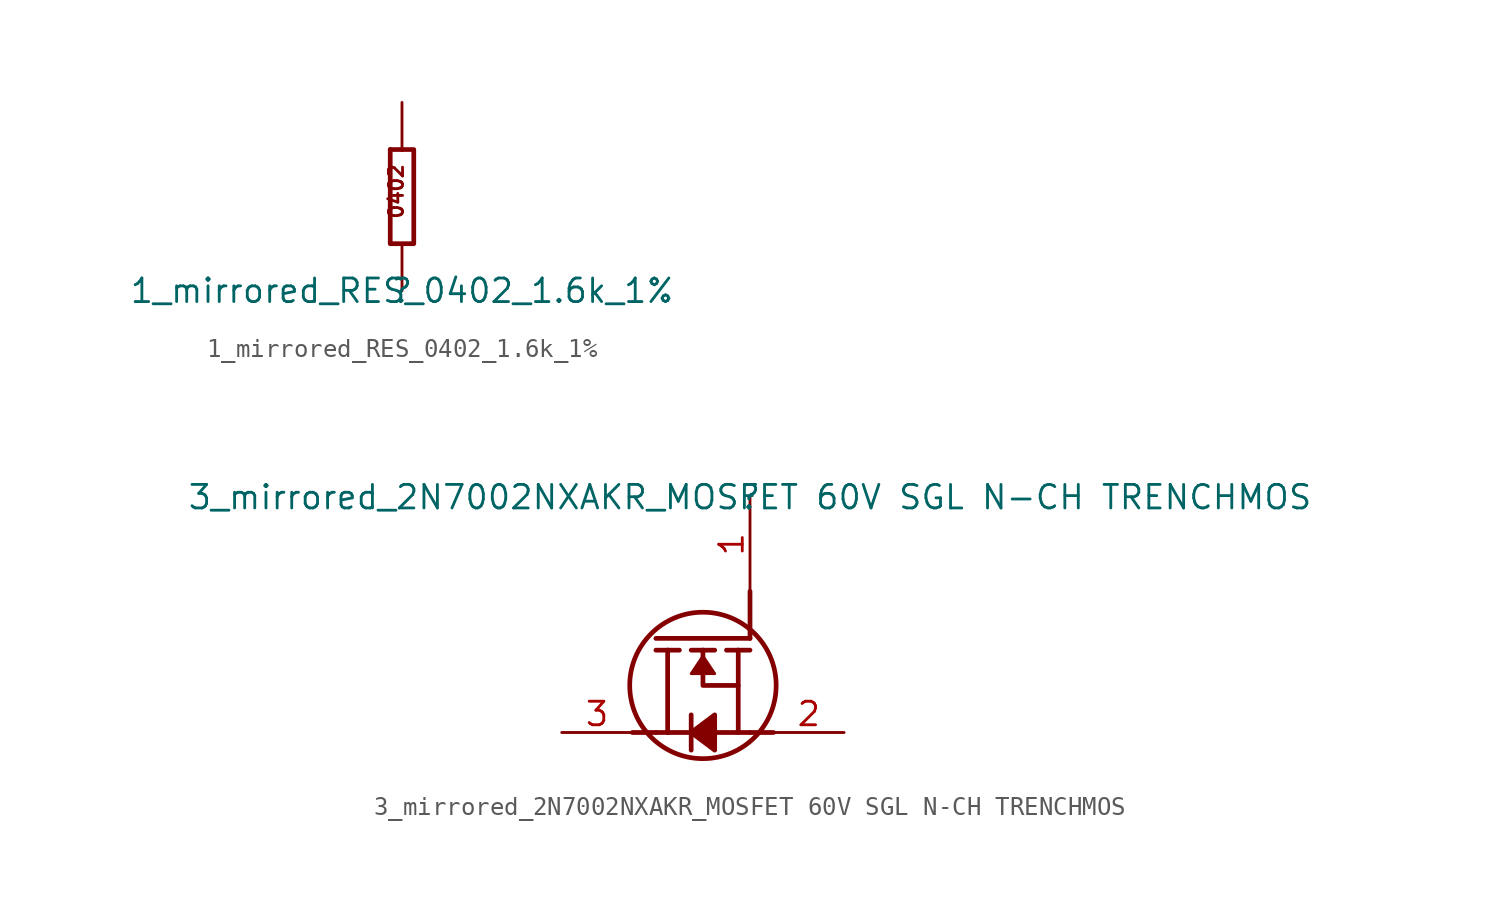
<source format=kicad_sym>
(kicad_symbol_lib
  (version 20211014)
  (generator kicad_symbol_editor)
  (symbol "1_mirrored_RES_0402_1.6k_1%"
    (property "Reference" ""
      (at 0 0 0)
      (effects (font (size 1.27 1.27))))
    (property "Value" "1_mirrored_RES_0402_1.6k_1%"
      (at 0 0 0)
      (effects (font (size 1.27 1.27))))
    (symbol "1_mirrored_RES_0402_1.6k_1%_1_0"
      (polyline (pts (xy -0.635 7.62) (xy 0 7.62)) (stroke (width 0.254) (type default) (color 0 0 0 0)) (fill (type none)))
      (polyline (pts (xy 0 7.62) (xy 0.635 7.62) (xy 0.635 2.54) (xy -0.635 2.54) (xy -0.635 7.62)) (stroke (width 0.254) (type default) (color 0 0 0 0)) (fill (type none)))
      (text "0402" (at -0.762 3.81 900) (effects (font (size 0.762 0.762)) (justify left top)))
      (pin passive line (at 0 0 90) (length 2.54) (name "1" (effects (font (size 0 0)))) (number "1" (effects (font (size 0 0)))))
      (pin passive line (at 0 10.16 270) (length 2.54) (name "2" (effects (font (size 0 0)))) (number "2" (effects (font (size 0 0)))))))
  (symbol "3_mirrored_2N7002NXAKR_MOSFET 60V SGL N-CH TRENCHMOS"
    (property "Reference" ""
      (at 0 0 0)
      (effects (font (size 1.27 1.27))))
    (property "Value" "3_mirrored_2N7002NXAKR_MOSFET 60V SGL N-CH TRENCHMOS"
      (at 0 0 0)
      (effects (font (size 1.27 1.27))))
    (symbol "3_mirrored_2N7002NXAKR_MOSFET 60V SGL N-CH TRENCHMOS_1_0"
      (circle (center -2.54 -10.16) (radius 3.952) (stroke (width 0.254) (type default) (color 0 0 0 0)) (fill (type none)))
      (polyline (pts (xy -5.08 -12.7) (xy -6.35 -12.7)) (stroke (width 0.254) (type default) (color 0 0 0 0)) (fill (type none)))
      (polyline (pts (xy -4.445 -12.7) (xy -5.08 -12.7)) (stroke (width 0.254) (type default) (color 0 0 0 0)) (fill (type none)))
      (polyline (pts (xy -4.445 -12.7) (xy -3.175 -12.7)) (stroke (width 0.254) (type default) (color 0 0 0 0)) (fill (type none)))
      (polyline (pts (xy -4.445 -8.255) (xy -5.08 -8.255)) (stroke (width 0.254) (type default) (color 0 0 0 0)) (fill (type none)))
      (polyline (pts (xy -4.445 -8.255) (xy -4.445 -12.7)) (stroke (width 0.254) (type default) (color 0 0 0 0)) (fill (type none)))
      (polyline (pts (xy -4.445 -8.255) (xy -3.81 -8.255)) (stroke (width 0.254) (type default) (color 0 0 0 0)) (fill (type none)))
      (polyline (pts (xy -3.175 -12.7) (xy -3.175 -13.652)) (stroke (width 0.254) (type default) (color 0 0 0 0)) (fill (type none)))
      (polyline (pts (xy -3.175 -12.7) (xy -3.175 -11.747)) (stroke (width 0.254) (type default) (color 0 0 0 0)) (fill (type none)))
      (polyline (pts (xy -2.54 -8.255) (xy -3.175 -8.255)) (stroke (width 0.254) (type default) (color 0 0 0 0)) (fill (type none)))
      (polyline (pts (xy -2.54 -8.255) (xy -1.905 -8.255)) (stroke (width 0.254) (type default) (color 0 0 0 0)) (fill (type none)))
      (polyline (pts (xy -0.635 -12.7) (xy -1.905 -12.7)) (stroke (width 0.254) (type default) (color 0 0 0 0)) (fill (type none)))
      (polyline (pts (xy -0.635 -12.7) (xy 0 -12.7)) (stroke (width 0.254) (type default) (color 0 0 0 0)) (fill (type none)))
      (polyline (pts (xy -0.635 -10.16) (xy -0.635 -12.7)) (stroke (width 0.254) (type default) (color 0 0 0 0)) (fill (type none)))
      (polyline (pts (xy -0.635 -8.255) (xy -1.27 -8.255)) (stroke (width 0.254) (type default) (color 0 0 0 0)) (fill (type none)))
      (polyline (pts (xy -0.635 -8.255) (xy 0 -8.255)) (stroke (width 0.254) (type default) (color 0 0 0 0)) (fill (type none)))
      (polyline (pts (xy 0 -12.7) (xy 1.27 -12.7)) (stroke (width 0.254) (type default) (color 0 0 0 0)) (fill (type none)))
      (polyline (pts (xy 0 -7.62) (xy -5.08 -7.62)) (stroke (width 0.254) (type default) (color 0 0 0 0)) (fill (type none)))
      (polyline (pts (xy 0 -5.08) (xy 0 -7.62)) (stroke (width 0.254) (type default) (color 0 0 0 0)) (fill (type none)))
      (polyline (pts (xy -1.905 -12.7) (xy -1.905 -13.652) (xy -3.175 -12.7)) (stroke (width 0.254) (type default) (color 0 0 0 0)) (fill (type none)))
      (polyline (pts (xy -1.905 -12.7) (xy -1.905 -11.747) (xy -3.175 -12.7)) (stroke (width 0.254) (type default) (color 0 0 0 0)) (fill (type none)))
      (polyline (pts (xy -2.54 -8.255) (xy -2.54 -10.16) (xy -0.635 -10.16) (xy -0.635 -8.255)) (stroke (width 0.254) (type default) (color 0 0 0 0)) (fill (type none)))
      (polyline (pts (xy -1.905 -13.652) (xy -1.905 -11.747) (xy -3.175 -12.7) (xy -1.905 -13.652)) (stroke (width 0) (type default) (color 0 0 0 0)) (fill (type outline)))
      (polyline (pts (xy -2.54 -9.525) (xy -1.905 -9.525) (xy -2.54 -8.572) (xy -3.175 -9.525) (xy -2.54 -9.525)) (stroke (width 0) (type default) (color 0 0 0 0)) (fill (type outline)))
      (pin passive line (at 0 0 270) (length 5.08) (name "G" (effects (font (size 0 0)))) (number "1" (effects (font (size 1.27 1.27)))))
      (pin passive line (at 5.08 -12.7 180) (length 3.81) (name "S" (effects (font (size 0 0)))) (number "2" (effects (font (size 1.27 1.27)))))
      (pin passive line (at -10.16 -12.7 0) (length 3.81) (name "D" (effects (font (size 0 0)))) (number "3" (effects (font (size 1.27 1.27))))))))
</source>
